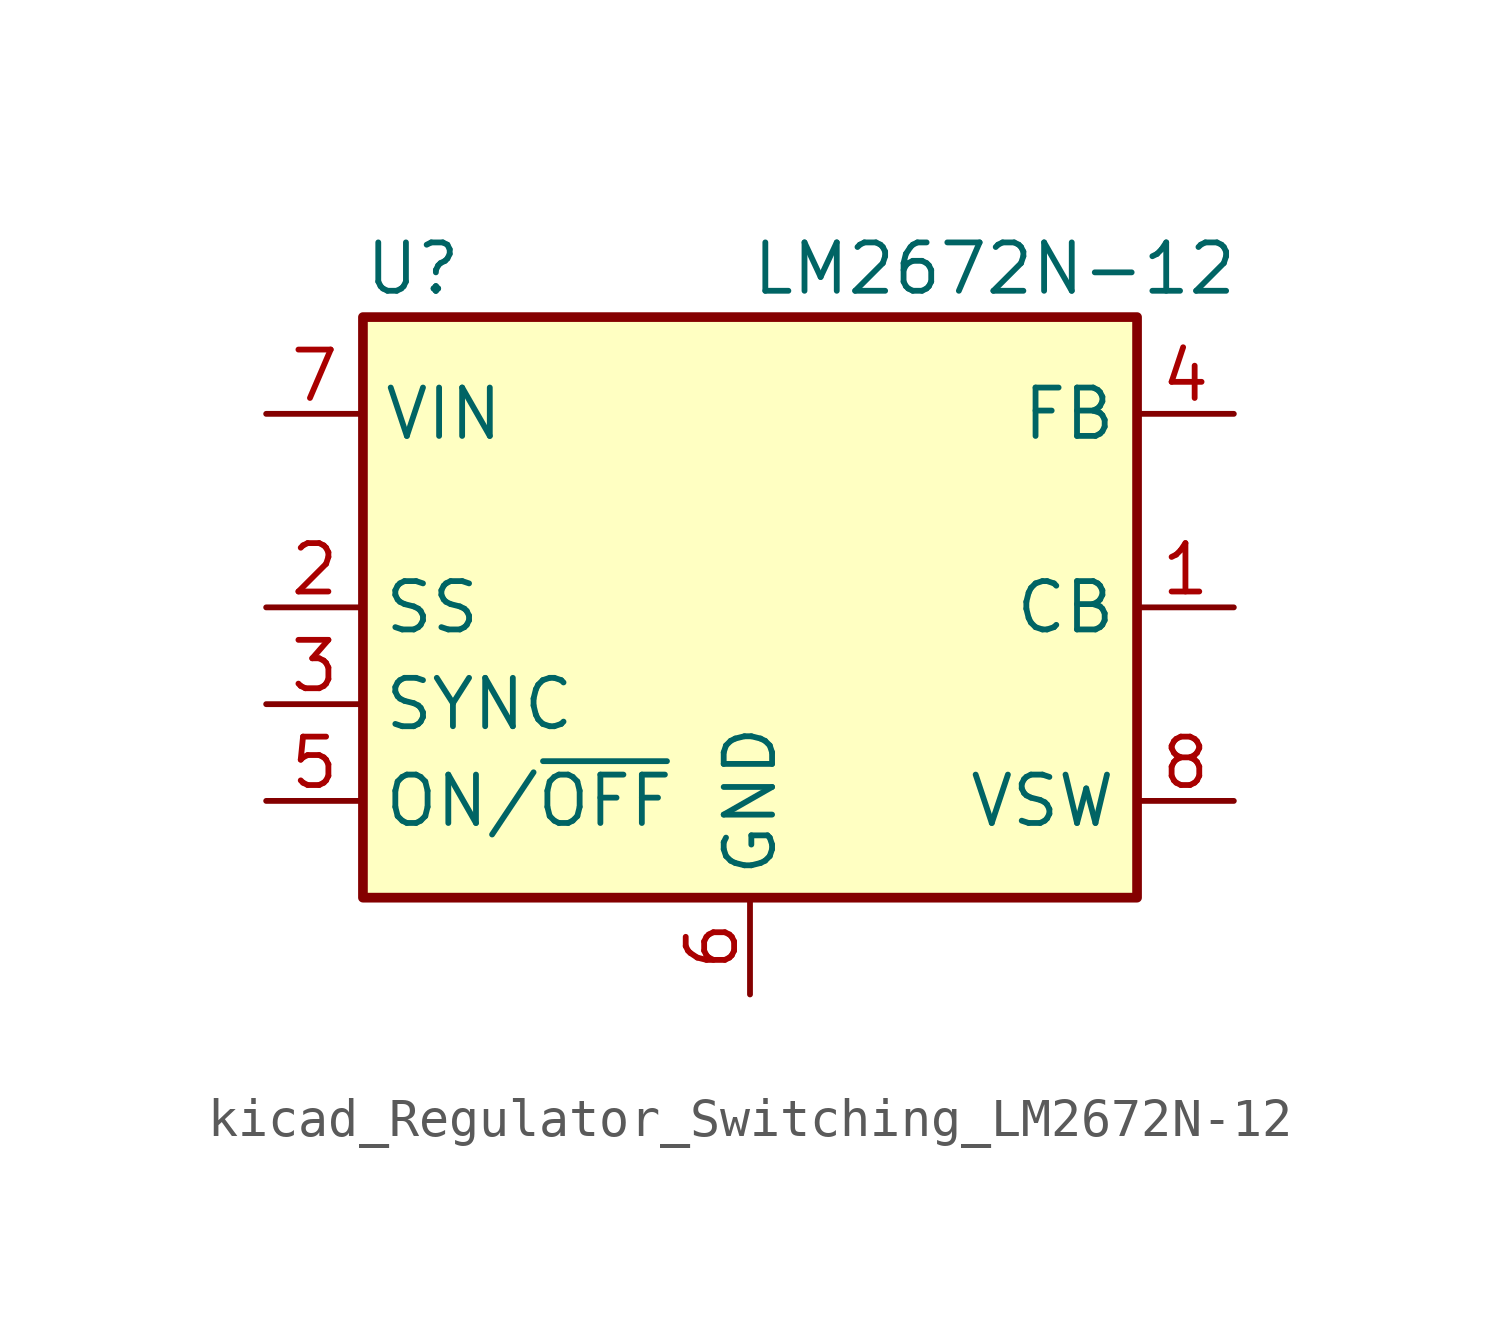
<source format=kicad_sym>
(kicad_symbol_lib
  (version 20220914)
  (generator kicad_symbol_editor)
  (symbol "kicad_Regulator_Switching_LM2672N-12"
    (property "Reference" "U"
      (at -10.16 8.89 0)
      (effects (font (size 1.27 1.27)) (justify left)))
    (property "Value" "LM2672N-12"
      (at 0 8.89 0)
      (effects (font (size 1.27 1.27)) (justify left)))
    (symbol "kicad_Regulator_Switching_LM2672N-12_0_1"
      (rectangle (start -10.16 7.62) (end 10.16 -7.62) (stroke (width 0.254) (type default)) (fill (type background))))
    (symbol "kicad_Regulator_Switching_LM2672N-12_1_1"
      (pin input line (at 12.7 0 180) (length 2.54) (name "CB" (effects (font (size 1.27 1.27)))) (number "1" (effects (font (size 1.27 1.27)))))
      (pin input line (at -12.7 0 0) (length 2.54) (name "SS" (effects (font (size 1.27 1.27)))) (number "2" (effects (font (size 1.27 1.27)))))
      (pin input line (at -12.7 -2.54 0) (length 2.54) (name "SYNC" (effects (font (size 1.27 1.27)))) (number "3" (effects (font (size 1.27 1.27)))))
      (pin input line (at 12.7 5.08 180) (length 2.54) (name "FB" (effects (font (size 1.27 1.27)))) (number "4" (effects (font (size 1.27 1.27)))))
      (pin input line (at -12.7 -5.08 0) (length 2.54) (name "ON/~{OFF}" (effects (font (size 1.27 1.27)))) (number "5" (effects (font (size 1.27 1.27)))))
      (pin power_in line (at 0 -10.16 90) (length 2.54) (name "GND" (effects (font (size 1.27 1.27)))) (number "6" (effects (font (size 1.27 1.27)))))
      (pin power_in line (at -12.7 5.08 0) (length 2.54) (name "VIN" (effects (font (size 1.27 1.27)))) (number "7" (effects (font (size 1.27 1.27)))))
      (pin output line (at 12.7 -5.08 180) (length 2.54) (name "VSW" (effects (font (size 1.27 1.27)))) (number "8" (effects (font (size 1.27 1.27))))))))
</source>
